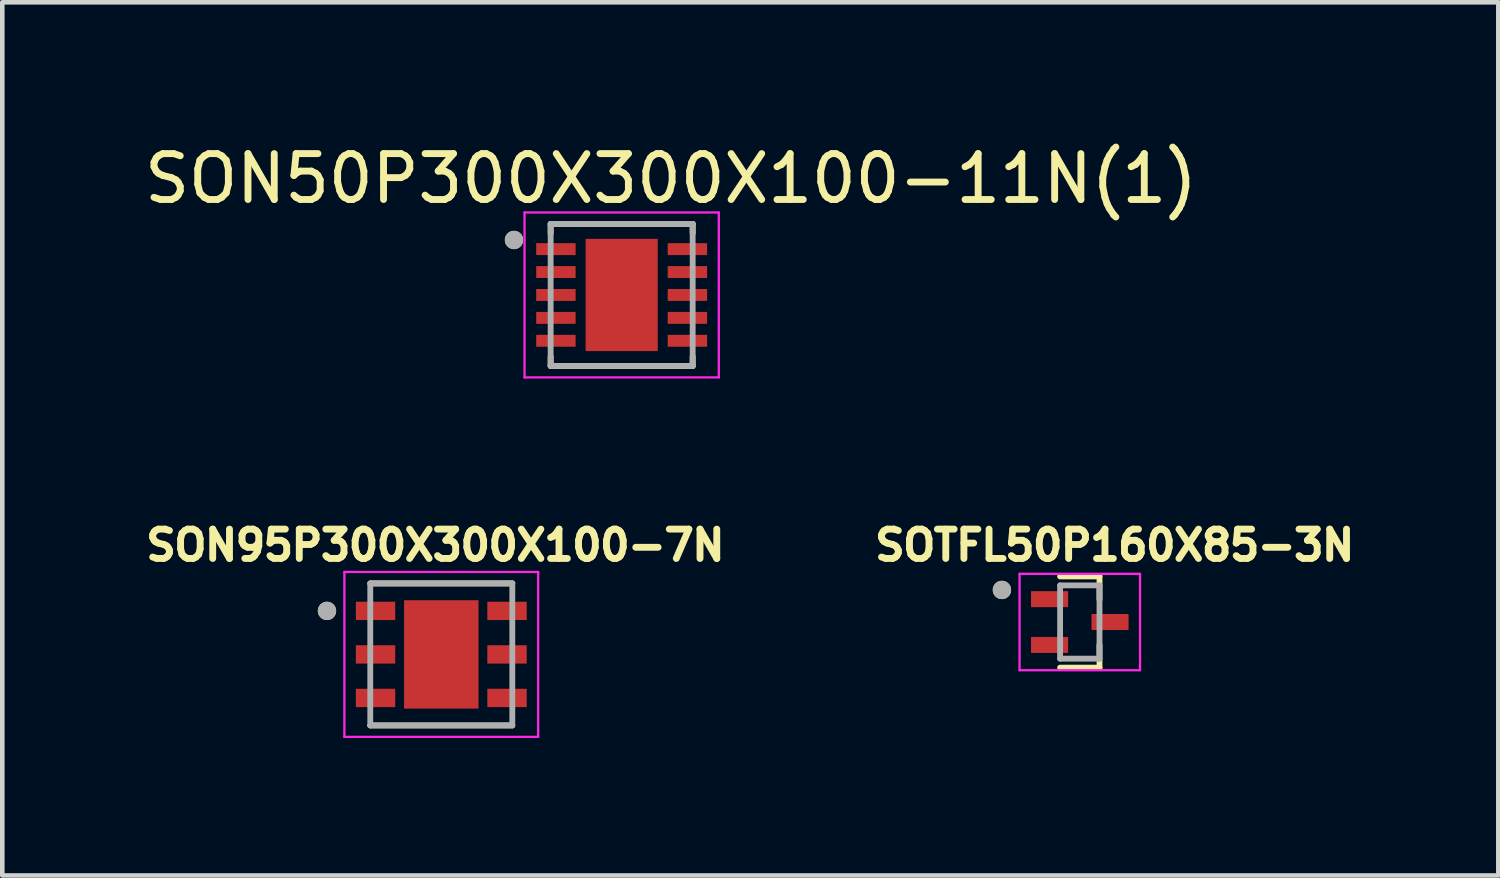
<source format=kicad_pcb>
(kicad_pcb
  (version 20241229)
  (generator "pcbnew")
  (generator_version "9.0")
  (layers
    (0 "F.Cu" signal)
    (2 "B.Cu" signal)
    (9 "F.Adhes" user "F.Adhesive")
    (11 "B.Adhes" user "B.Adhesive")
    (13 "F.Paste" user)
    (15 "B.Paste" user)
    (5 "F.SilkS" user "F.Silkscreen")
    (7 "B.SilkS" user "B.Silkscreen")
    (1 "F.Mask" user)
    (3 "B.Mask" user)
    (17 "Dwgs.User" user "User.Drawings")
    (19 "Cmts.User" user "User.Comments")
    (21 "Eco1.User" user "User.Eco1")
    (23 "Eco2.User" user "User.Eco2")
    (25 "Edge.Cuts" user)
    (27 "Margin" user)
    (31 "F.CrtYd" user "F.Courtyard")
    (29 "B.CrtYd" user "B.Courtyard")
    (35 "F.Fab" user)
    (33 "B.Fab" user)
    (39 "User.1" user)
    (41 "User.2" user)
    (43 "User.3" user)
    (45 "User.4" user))
  (footprint "SON95P300X300X100-7N"
    (layer "F.Cu")
    (at 6.582 11.234)
    (property "Reference" "SON95P300X300X100-7N" (at -0.128 -2.383 0) (layer "F.SilkS") (effects (font (size 0.64 0.64) (thickness 0.15))))
    (attr through_hole)
    (fp_line (start -1.55 -1.55) (end 1.55 -1.55) (stroke (width 0.127) (type solid)) (layer "F.SilkS"))
    (fp_line (start -1.55 1.55) (end 1.55 1.55) (stroke (width 0.127) (type solid)) (layer "F.SilkS"))
    (fp_circle (center -2.495 -0.95) (end -2.395 -0.95) (stroke (width 0.2) (type solid)) (fill no) (layer "F.SilkS"))
    (fp_poly (pts (xy -0.514 -0.748) (xy 0.514 -0.748) (xy 0.514 0.748) (xy -0.514 0.748)) (stroke (width 0.01) (type solid)) (fill yes) (layer "F.Paste"))
    (fp_line (start -2.115 -1.8) (end -2.115 1.8) (stroke (width 0.05) (type solid)) (layer "F.CrtYd"))
    (fp_line (start -2.115 -1.8) (end 2.115 -1.8) (stroke (width 0.05) (type solid)) (layer "F.CrtYd"))
    (fp_line (start -2.115 1.8) (end 2.115 1.8) (stroke (width 0.05) (type solid)) (layer "F.CrtYd"))
    (fp_line (start 2.115 -1.8) (end 2.115 1.8) (stroke (width 0.05) (type solid)) (layer "F.CrtYd"))
    (fp_line (start -1.55 -1.55) (end -1.55 1.55) (stroke (width 0.127) (type solid)) (layer "F.Fab"))
    (fp_line (start -1.55 -1.55) (end 1.55 -1.55) (stroke (width 0.127) (type solid)) (layer "F.Fab"))
    (fp_line (start -1.55 1.55) (end 1.55 1.55) (stroke (width 0.127) (type solid)) (layer "F.Fab"))
    (fp_line (start 1.55 -1.55) (end 1.55 1.55) (stroke (width 0.127) (type solid)) (layer "F.Fab"))
    (fp_circle (center -2.495 -0.95) (end -2.395 -0.95) (stroke (width 0.2) (type solid)) (fill no) (layer "F.Fab"))
    (pad "1" smd rect (at -1.435 -0.95) (size 0.86 0.4) (layers "F.Cu" "F.Mask" "F.Paste"))
    (pad "2" smd rect (at -1.435 0) (size 0.86 0.4) (layers "F.Cu" "F.Mask" "F.Paste"))
    (pad "3" smd rect (at -1.435 0.95) (size 0.86 0.4) (layers "F.Cu" "F.Mask" "F.Paste"))
    (pad "4" smd rect (at 1.435 0.95) (size 0.86 0.4) (layers "F.Cu" "F.Mask" "F.Paste"))
    (pad "5" smd rect (at 1.435 0) (size 0.86 0.4) (layers "F.Cu" "F.Mask" "F.Paste"))
    (pad "6" smd rect (at 1.435 -0.95) (size 0.86 0.4) (layers "F.Cu" "F.Mask" "F.Paste"))
    (pad "7" smd rect (at 0 0) (size 1.625 2.365) (layers "F.Cu" "F.Mask")))
  (footprint "SON50P300X300X100-11N(1)"
    (layer "F.Cu")
    (at 10.519 3.388)
    (property "Reference" "SON50P300X300X100-11N(1)" (at 1.077 -2.539 0) (layer "F.SilkS") (effects (font (size 1.002 1.002) (thickness 0.15))))
    (attr through_hole)
    (fp_line (start -1.55 -1.55) (end -1.55 -1.345) (stroke (width 0.127) (type solid)) (layer "F.SilkS"))
    (fp_line (start -1.55 1.55) (end -1.55 1.345) (stroke (width 0.127) (type solid)) (layer "F.SilkS"))
    (fp_line (start -1.55 1.55) (end 1.55 1.55) (stroke (width 0.127) (type solid)) (layer "F.SilkS"))
    (fp_line (start 1.55 -1.55) (end -1.55 -1.55) (stroke (width 0.127) (type solid)) (layer "F.SilkS"))
    (fp_line (start 1.55 -1.55) (end 1.55 -1.345) (stroke (width 0.127) (type solid)) (layer "F.SilkS"))
    (fp_line (start 1.55 1.55) (end 1.55 1.345) (stroke (width 0.127) (type solid)) (layer "F.SilkS"))
    (fp_circle (center -2.35 -1.2) (end -2.25 -1.2) (stroke (width 0.2) (type solid)) (fill no) (layer "F.SilkS"))
    (fp_poly (pts (xy -0.501 -0.8) (xy 0.5 -0.8) (xy 0.5 0.802) (xy -0.501 0.802)) (stroke (width 0.01) (type solid)) (fill yes) (layer "F.Paste"))
    (fp_line (start -2.12 -1.8) (end 2.12 -1.8) (stroke (width 0.05) (type solid)) (layer "F.CrtYd"))
    (fp_line (start -2.12 1.8) (end -2.12 -1.8) (stroke (width 0.05) (type solid)) (layer "F.CrtYd"))
    (fp_line (start 2.12 -1.8) (end 2.12 1.8) (stroke (width 0.05) (type solid)) (layer "F.CrtYd"))
    (fp_line (start 2.12 1.8) (end -2.12 1.8) (stroke (width 0.05) (type solid)) (layer "F.CrtYd"))
    (fp_line (start -1.55 -1.55) (end -1.55 1.55) (stroke (width 0.127) (type solid)) (layer "F.Fab"))
    (fp_line (start -1.55 1.55) (end 1.55 1.55) (stroke (width 0.127) (type solid)) (layer "F.Fab"))
    (fp_line (start 1.55 -1.55) (end -1.55 -1.55) (stroke (width 0.127) (type solid)) (layer "F.Fab"))
    (fp_line (start 1.55 1.55) (end 1.55 -1.55) (stroke (width 0.127) (type solid)) (layer "F.Fab"))
    (fp_circle (center -2.35 -1.2) (end -2.25 -1.2) (stroke (width 0.2) (type solid)) (fill no) (layer "F.Fab"))
    (pad "1" smd rect (at -1.435 -1) (size 0.86 0.26) (layers "F.Cu" "F.Mask" "F.Paste"))
    (pad "2" smd rect (at -1.435 -0.5) (size 0.86 0.26) (layers "F.Cu" "F.Mask" "F.Paste"))
    (pad "3" smd rect (at -1.435 0) (size 0.86 0.26) (layers "F.Cu" "F.Mask" "F.Paste"))
    (pad "4" smd rect (at -1.435 0.5) (size 0.86 0.26) (layers "F.Cu" "F.Mask" "F.Paste"))
    (pad "5" smd rect (at -1.435 1) (size 0.86 0.26) (layers "F.Cu" "F.Mask" "F.Paste"))
    (pad "6" smd rect (at 1.435 1) (size 0.86 0.26) (layers "F.Cu" "F.Mask" "F.Paste"))
    (pad "7" smd rect (at 1.435 0.5) (size 0.86 0.26) (layers "F.Cu" "F.Mask" "F.Paste"))
    (pad "8" smd rect (at 1.435 0) (size 0.86 0.26) (layers "F.Cu" "F.Mask" "F.Paste"))
    (pad "9" smd rect (at 1.435 -0.5) (size 0.86 0.26) (layers "F.Cu" "F.Mask" "F.Paste"))
    (pad "10" smd rect (at 1.435 -1) (size 0.86 0.26) (layers "F.Cu" "F.Mask" "F.Paste"))
    (pad "11" smd rect (at 0 0) (size 1.575 2.45) (layers "F.Cu" "F.Mask")))
  (footprint "SOTFL50P160X85-3N"
    (layer "F.Cu")
    (at 20.519 10.527)
    (property "Reference" "SOTFL50P160X85-3N" (at 0.762 -1.676 0) (layer "F.SilkS") (effects (font (size 0.64 0.64) (thickness 0.15))))
    (attr through_hole)
    (fp_line (start 0.43 -0.995) (end -0.43 -0.995) (stroke (width 0.127) (type solid)) (layer "F.SilkS"))
    (fp_line (start 0.43 -0.495) (end 0.43 -0.995) (stroke (width 0.127) (type solid)) (layer "F.SilkS"))
    (fp_line (start 0.43 0.495) (end 0.43 0.995) (stroke (width 0.127) (type solid)) (layer "F.SilkS"))
    (fp_line (start 0.43 0.995) (end -0.43 0.995) (stroke (width 0.127) (type solid)) (layer "F.SilkS"))
    (fp_circle (center -1.7 -0.7) (end -1.6 -0.7) (stroke (width 0.2) (type solid)) (fill no) (layer "F.SilkS"))
    (fp_line (start -1.315 -1.052) (end 1.315 -1.052) (stroke (width 0.05) (type solid)) (layer "F.CrtYd"))
    (fp_line (start -1.315 1.052) (end -1.315 -1.052) (stroke (width 0.05) (type solid)) (layer "F.CrtYd"))
    (fp_line (start 1.315 -1.052) (end 1.315 1.052) (stroke (width 0.05) (type solid)) (layer "F.CrtYd"))
    (fp_line (start 1.315 1.052) (end -1.315 1.052) (stroke (width 0.05) (type solid)) (layer "F.CrtYd"))
    (fp_line (start -0.43 -0.8) (end 0.43 -0.8) (stroke (width 0.127) (type solid)) (layer "F.Fab"))
    (fp_line (start -0.43 0.8) (end -0.43 -0.8) (stroke (width 0.127) (type solid)) (layer "F.Fab"))
    (fp_line (start 0.43 -0.8) (end 0.43 0.8) (stroke (width 0.127) (type solid)) (layer "F.Fab"))
    (fp_line (start 0.43 0.8) (end -0.43 0.8) (stroke (width 0.127) (type solid)) (layer "F.Fab"))
    (fp_circle (center -1.7 -0.7) (end -1.6 -0.7) (stroke (width 0.2) (type solid)) (fill no) (layer "F.Fab"))
    (pad "1" smd roundrect (at -0.66 -0.5) (size 0.81 0.35) (layers "F.Cu" "F.Mask" "F.Paste") (roundrect_rratio 0.04))
    (pad "2" smd roundrect (at -0.66 0.5) (size 0.81 0.35) (layers "F.Cu" "F.Mask" "F.Paste") (roundrect_rratio 0.04))
    (pad "3" smd roundrect (at 0.66 0) (size 0.81 0.35) (layers "F.Cu" "F.Mask" "F.Paste") (roundrect_rratio 0.04)))
  (gr_rect
    (start -3 -3)
    (end 29.654 16.059)
    (stroke (width 0.1) (type default))
    (fill no)
    (layer "Edge.Cuts")))
</source>
